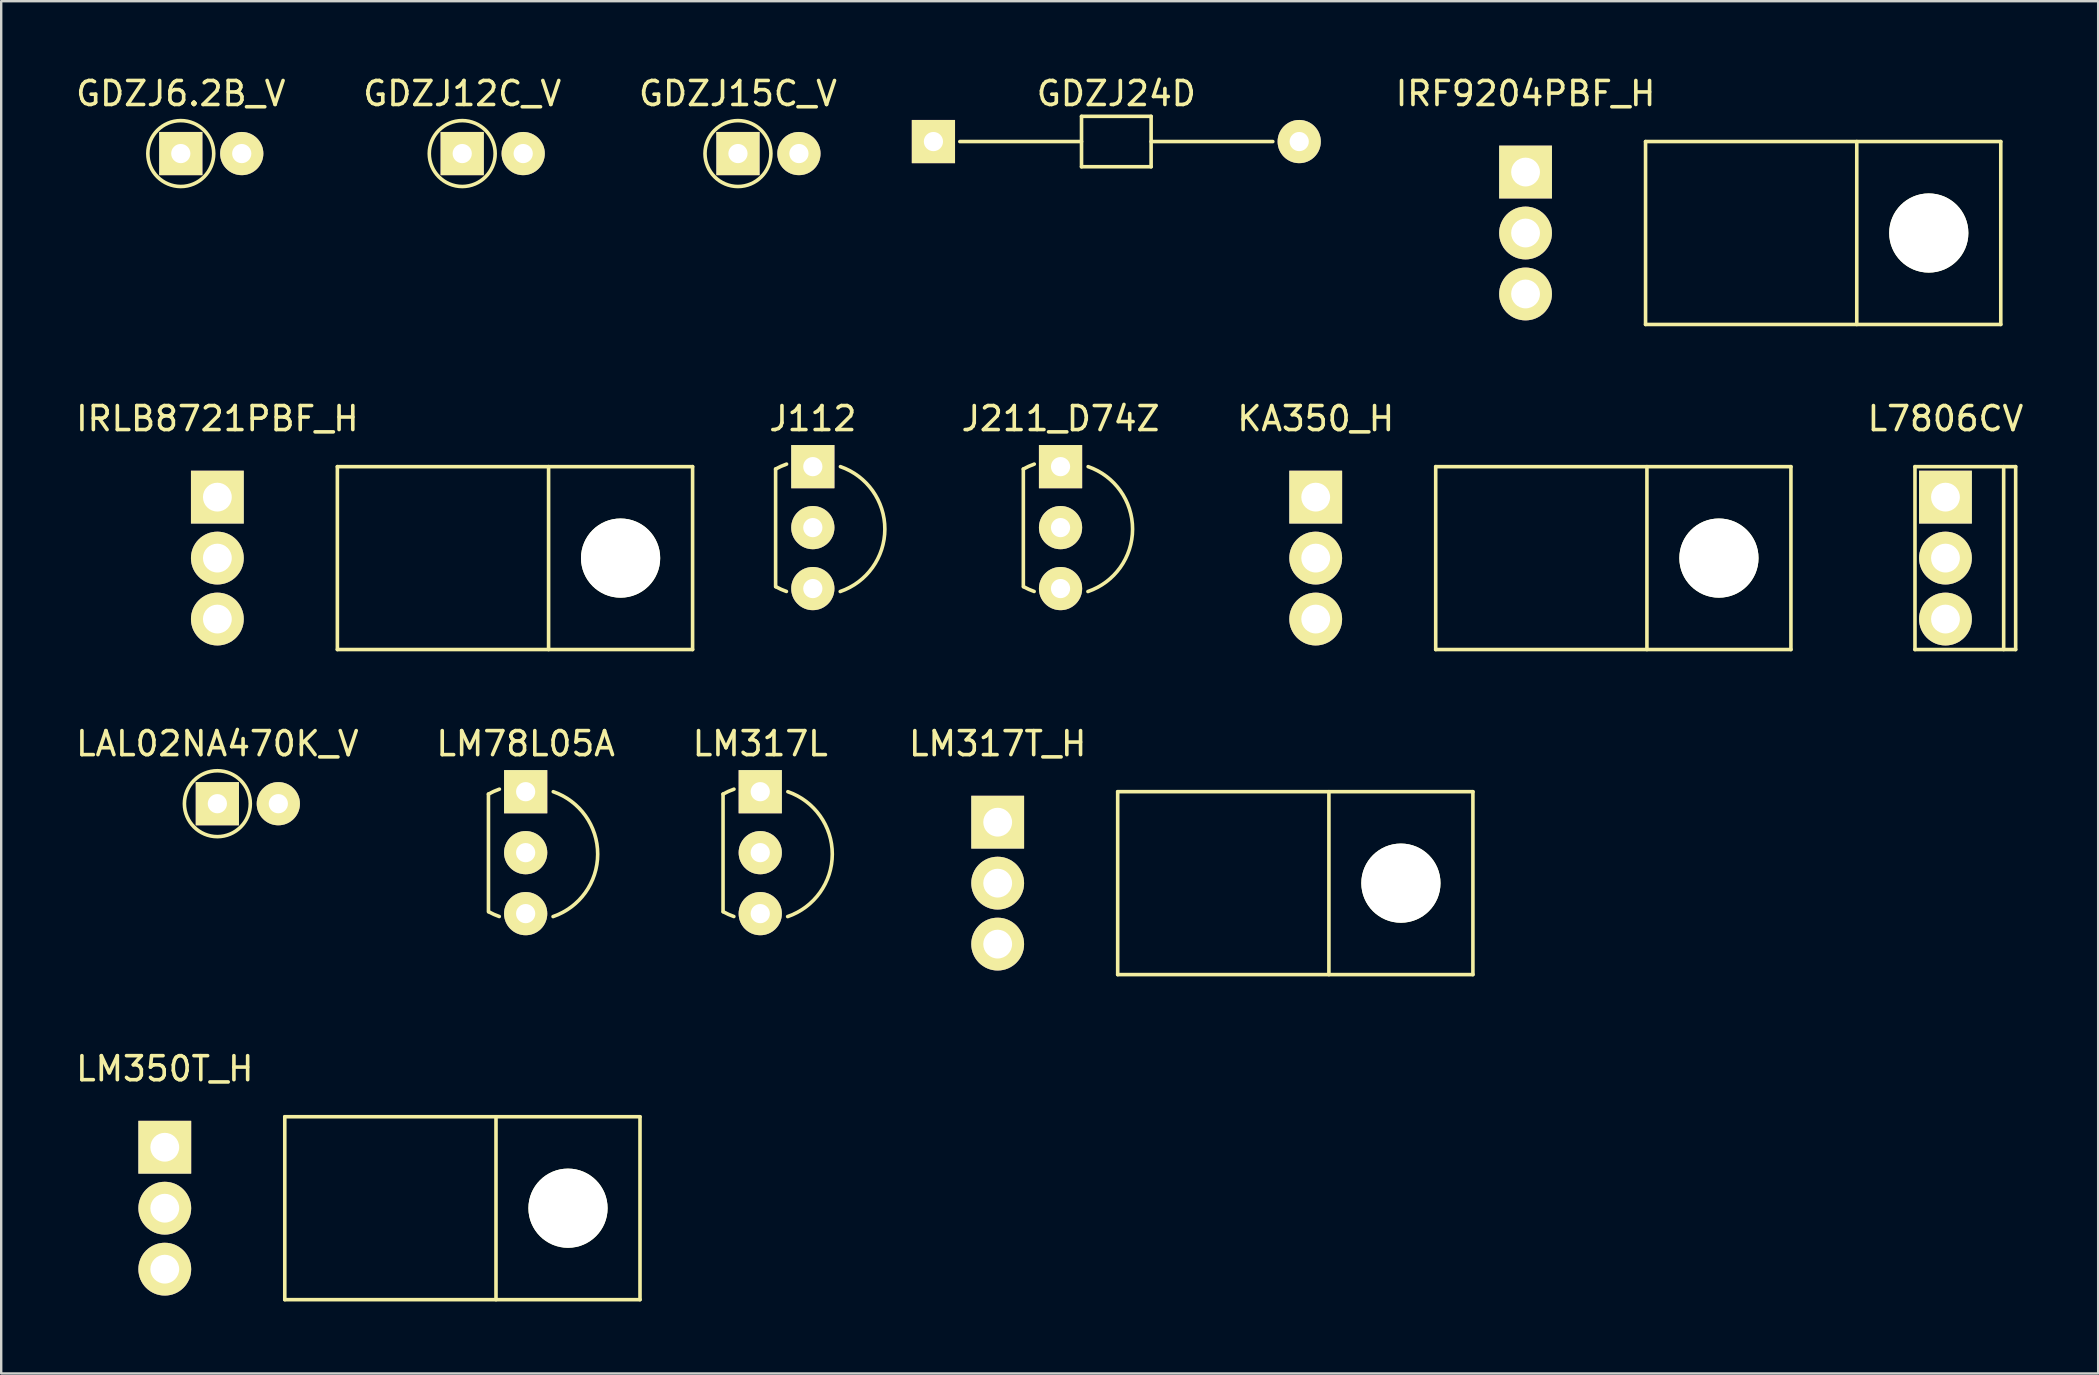
<source format=kicad_pcb>
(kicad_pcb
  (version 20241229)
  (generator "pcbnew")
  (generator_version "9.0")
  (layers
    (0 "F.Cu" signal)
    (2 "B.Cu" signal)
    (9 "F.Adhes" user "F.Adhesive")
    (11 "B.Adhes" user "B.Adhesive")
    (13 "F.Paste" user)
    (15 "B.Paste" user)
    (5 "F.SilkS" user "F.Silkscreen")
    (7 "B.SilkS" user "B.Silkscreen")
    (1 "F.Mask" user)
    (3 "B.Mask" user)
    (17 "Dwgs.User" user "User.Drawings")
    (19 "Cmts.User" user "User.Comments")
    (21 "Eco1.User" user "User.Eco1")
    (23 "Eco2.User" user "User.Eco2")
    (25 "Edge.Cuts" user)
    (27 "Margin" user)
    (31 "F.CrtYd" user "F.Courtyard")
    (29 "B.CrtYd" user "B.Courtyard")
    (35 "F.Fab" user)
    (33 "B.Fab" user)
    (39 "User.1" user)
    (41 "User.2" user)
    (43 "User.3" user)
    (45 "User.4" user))
  (footprint "GDZJ15C_V"
    (layer "F.Cu")
    (at 27.696 3.348)
    (property "Reference" "GDZJ15C_V" (at 0 -2.5 0) (layer "F.SilkS") (effects (font (size 1 1) (thickness 0.15))))
    (attr through_hole)
    (fp_circle (center 0 0) (end 0 -1.373) (stroke (width 0.15) (type solid)) (fill no) (layer "F.SilkS"))
    (pad "1" thru_hole rect (at 0 0) (size 1.8 1.8) (drill 0.8) (layers "*.Cu" "*.Mask" "F.SilkS"))
    (pad "2" thru_hole circle (at 2.54 0) (size 1.8 1.8) (drill 0.8) (layers "*.Cu" "*.Mask" "F.SilkS")))
  (footprint "GDZJ12C_V"
    (layer "F.Cu")
    (at 16.208 3.348)
    (property "Reference" "GDZJ12C_V" (at 0 -2.5 0) (layer "F.SilkS") (effects (font (size 1 1) (thickness 0.15))))
    (attr through_hole)
    (fp_circle (center 0 0) (end 0 -1.373) (stroke (width 0.15) (type solid)) (fill no) (layer "F.SilkS"))
    (pad "1" thru_hole rect (at 0 0) (size 1.8 1.8) (drill 0.8) (layers "*.Cu" "*.Mask" "F.SilkS"))
    (pad "2" thru_hole circle (at 2.54 0) (size 1.8 1.8) (drill 0.8) (layers "*.Cu" "*.Mask" "F.SilkS")))
  (footprint "LAL02NA470K_V"
    (layer "F.Cu")
    (at 6.006 30.435)
    (property "Reference" "LAL02NA470K_V" (at 0 -2.5 0) (layer "F.SilkS") (effects (font (size 1 1) (thickness 0.15))))
    (attr through_hole)
    (fp_circle (center 0 0) (end 0 -1.373) (stroke (width 0.15) (type solid)) (fill no) (layer "F.SilkS"))
    (pad "1" thru_hole rect (at 0 0) (size 1.8 1.8) (drill 0.8) (layers "*.Cu" "*.Mask" "F.SilkS"))
    (pad "2" thru_hole circle (at 2.54 0) (size 1.8 1.8) (drill 0.8) (layers "*.Cu" "*.Mask" "F.SilkS")))
  (footprint "J112"
    (layer "F.Cu")
    (at 30.815 16.392)
    (property "Reference" "J112" (at 0 -2 0) (layer "F.SilkS") (effects (font (size 1 1) (thickness 0.15))))
    (attr through_hole)
    (fp_line (start -1.55 5) (end -1.55 0.1) (stroke (width 0.15) (type solid)) (layer "F.SilkS"))
    (fp_arc (start -1.55 0.1) (mid -1.326783 -0.012505) (end -1.09461 -0.105127) (stroke (width 0.15) (type solid)) (layer "F.SilkS"))
    (fp_arc (start -1.1 5.2) (mid -1.32318 5.111666) (end -1.537812 5.004217) (stroke (width 0.15) (type solid)) (layer "F.SilkS"))
    (fp_arc (start 1.15 0) (mid 3.00136 2.60449) (end 1.14151 5.202923) (stroke (width 0.15) (type solid)) (layer "F.SilkS"))
    (pad "1" thru_hole rect (at 0 0) (size 1.8 1.8) (drill 0.8) (layers "*.Cu" "*.Mask" "F.SilkS"))
    (pad "2" thru_hole circle (at 0 2.54) (size 1.8 1.8) (drill 0.8) (layers "*.Cu" "*.Mask" "F.SilkS"))
    (pad "3" thru_hole circle (at 0 5.08) (size 1.8 1.8) (drill 0.8) (layers "*.Cu" "*.Mask" "F.SilkS")))
  (footprint "IRLB8721PBF_H"
    (layer "F.Cu")
    (at 6.006 17.662)
    (property "Reference" "IRLB8721PBF_H" (at 0 -3.27 0) (layer "F.SilkS") (effects (font (size 1 1) (thickness 0.15))))
    (attr through_hole)
    (fp_line (start 5 -1.27) (end 5 6.35) (stroke (width 0.15) (type solid)) (layer "F.SilkS"))
    (fp_line (start 5 -1.27) (end 19.8 -1.27) (stroke (width 0.15) (type solid)) (layer "F.SilkS"))
    (fp_line (start 5 6.35) (end 19.8 6.35) (stroke (width 0.15) (type solid)) (layer "F.SilkS"))
    (fp_line (start 13.8 -1.27) (end 13.8 6.35) (stroke (width 0.15) (type solid)) (layer "F.SilkS"))
    (fp_line (start 19.8 -1.27) (end 19.8 6.35) (stroke (width 0.15) (type solid)) (layer "F.SilkS"))
    (pad "" np_thru_hole circle (at 16.8 2.54) (size 3.3 3.3) (drill 3.3) (layers "*.Cu" "*.Mask" "F.SilkS"))
    (pad "1" thru_hole rect (at 0 0) (size 2.2 2.2) (drill 1.2) (layers "*.Cu" "*.Mask" "F.SilkS"))
    (pad "2" thru_hole circle (at 0 2.54) (size 2.2 2.2) (drill 1.2) (layers "*.Cu" "*.Mask" "F.SilkS"))
    (pad "3" thru_hole circle (at 0 5.08) (size 2.2 2.2) (drill 1.2) (layers "*.Cu" "*.Mask" "F.SilkS")))
  (footprint "LM317T_H"
    (layer "F.Cu")
    (at 38.517 31.205)
    (property "Reference" "LM317T_H" (at 0 -3.27 0) (layer "F.SilkS") (effects (font (size 1 1) (thickness 0.15))))
    (attr through_hole)
    (fp_line (start 5 -1.27) (end 5 6.35) (stroke (width 0.15) (type solid)) (layer "F.SilkS"))
    (fp_line (start 5 -1.27) (end 19.8 -1.27) (stroke (width 0.15) (type solid)) (layer "F.SilkS"))
    (fp_line (start 5 6.35) (end 19.8 6.35) (stroke (width 0.15) (type solid)) (layer "F.SilkS"))
    (fp_line (start 13.8 -1.27) (end 13.8 6.35) (stroke (width 0.15) (type solid)) (layer "F.SilkS"))
    (fp_line (start 19.8 -1.27) (end 19.8 6.35) (stroke (width 0.15) (type solid)) (layer "F.SilkS"))
    (pad "" np_thru_hole circle (at 16.8 2.54) (size 3.3 3.3) (drill 3.3) (layers "*.Cu" "*.Mask" "F.SilkS"))
    (pad "1" thru_hole rect (at 0 0) (size 2.2 2.2) (drill 1.2) (layers "*.Cu" "*.Mask" "F.SilkS"))
    (pad "2" thru_hole circle (at 0 2.54) (size 2.2 2.2) (drill 1.2) (layers "*.Cu" "*.Mask" "F.SilkS"))
    (pad "3" thru_hole circle (at 0 5.08) (size 2.2 2.2) (drill 1.2) (layers "*.Cu" "*.Mask" "F.SilkS")))
  (footprint "GDZJ6.2B_V"
    (layer "F.Cu")
    (at 4.482 3.348)
    (property "Reference" "GDZJ6.2B_V" (at 0 -2.5 0) (layer "F.SilkS") (effects (font (size 1 1) (thickness 0.15))))
    (attr through_hole)
    (fp_circle (center 0 0) (end 0 -1.373) (stroke (width 0.15) (type solid)) (fill no) (layer "F.SilkS"))
    (pad "1" thru_hole rect (at 0 0) (size 1.8 1.8) (drill 0.8) (layers "*.Cu" "*.Mask" "F.SilkS"))
    (pad "2" thru_hole circle (at 2.54 0) (size 1.8 1.8) (drill 0.8) (layers "*.Cu" "*.Mask" "F.SilkS")))
  (footprint "IRF9204PBF_H"
    (layer "F.Cu")
    (at 60.51 4.118)
    (property "Reference" "IRF9204PBF_H" (at 0 -3.27 0) (layer "F.SilkS") (effects (font (size 1 1) (thickness 0.15))))
    (attr through_hole)
    (fp_line (start 5 -1.27) (end 5 6.35) (stroke (width 0.15) (type solid)) (layer "F.SilkS"))
    (fp_line (start 5 -1.27) (end 19.8 -1.27) (stroke (width 0.15) (type solid)) (layer "F.SilkS"))
    (fp_line (start 5 6.35) (end 19.8 6.35) (stroke (width 0.15) (type solid)) (layer "F.SilkS"))
    (fp_line (start 13.8 -1.27) (end 13.8 6.35) (stroke (width 0.15) (type solid)) (layer "F.SilkS"))
    (fp_line (start 19.8 -1.27) (end 19.8 6.35) (stroke (width 0.15) (type solid)) (layer "F.SilkS"))
    (pad "" np_thru_hole circle (at 16.8 2.54) (size 3.3 3.3) (drill 3.3) (layers "*.Cu" "*.Mask" "F.SilkS"))
    (pad "1" thru_hole rect (at 0 0) (size 2.2 2.2) (drill 1.2) (layers "*.Cu" "*.Mask" "F.SilkS"))
    (pad "2" thru_hole circle (at 0 2.54) (size 2.2 2.2) (drill 1.2) (layers "*.Cu" "*.Mask" "F.SilkS"))
    (pad "3" thru_hole circle (at 0 5.08) (size 2.2 2.2) (drill 1.2) (layers "*.Cu" "*.Mask" "F.SilkS")))
  (footprint "J211_D74Z"
    (layer "F.Cu")
    (at 41.136 16.392)
    (property "Reference" "J211_D74Z" (at 0 -2 0) (layer "F.SilkS") (effects (font (size 1 1) (thickness 0.15))))
    (attr through_hole)
    (fp_line (start -1.55 5) (end -1.55 0.1) (stroke (width 0.15) (type solid)) (layer "F.SilkS"))
    (fp_arc (start -1.55 0.1) (mid -1.326783 -0.012505) (end -1.09461 -0.105127) (stroke (width 0.15) (type solid)) (layer "F.SilkS"))
    (fp_arc (start -1.1 5.2) (mid -1.32318 5.111666) (end -1.537812 5.004217) (stroke (width 0.15) (type solid)) (layer "F.SilkS"))
    (fp_arc (start 1.15 0) (mid 3.00136 2.60449) (end 1.14151 5.202923) (stroke (width 0.15) (type solid)) (layer "F.SilkS"))
    (pad "1" thru_hole rect (at 0 0) (size 1.8 1.8) (drill 0.8) (layers "*.Cu" "*.Mask" "F.SilkS"))
    (pad "2" thru_hole circle (at 0 2.54) (size 1.8 1.8) (drill 0.8) (layers "*.Cu" "*.Mask" "F.SilkS"))
    (pad "3" thru_hole circle (at 0 5.08) (size 1.8 1.8) (drill 0.8) (layers "*.Cu" "*.Mask" "F.SilkS")))
  (footprint "GDZJ24D"
    (layer "F.Cu")
    (at 35.84 2.848)
    (property "Reference" "GDZJ24D" (at 7.62 -2 0) (layer "F.SilkS") (effects (font (size 1 1) (thickness 0.15))))
    (attr through_hole)
    (fp_line (start 1.1 0) (end 6.17 0) (stroke (width 0.15) (type solid)) (layer "F.SilkS"))
    (fp_line (start 6.17 -1.05) (end 6.17 1.05) (stroke (width 0.15) (type solid)) (layer "F.SilkS"))
    (fp_line (start 6.17 -1.05) (end 9.07 -1.05) (stroke (width 0.15) (type solid)) (layer "F.SilkS"))
    (fp_line (start 6.17 1.05) (end 9.07 1.05) (stroke (width 0.15) (type solid)) (layer "F.SilkS"))
    (fp_line (start 9.07 0) (end 14.14 0) (stroke (width 0.15) (type solid)) (layer "F.SilkS"))
    (fp_line (start 9.07 1.05) (end 9.07 -1.05) (stroke (width 0.15) (type solid)) (layer "F.SilkS"))
    (pad "1" thru_hole rect (at 0 0) (size 1.8 1.8) (drill 0.8) (layers "*.Cu" "*.Mask" "F.SilkS"))
    (pad "2" thru_hole circle (at 15.24 0) (size 1.8 1.8) (drill 0.8) (layers "*.Cu" "*.Mask" "F.SilkS")))
  (footprint "L7806CV"
    (layer "F.Cu")
    (at 78.005 17.662)
    (property "Reference" "L7806CV" (at 0 -3.27 0) (layer "F.SilkS") (effects (font (size 1 1) (thickness 0.15))))
    (attr through_hole)
    (fp_line (start -1.27 -1.27) (end -1.27 6.35) (stroke (width 0.15) (type solid)) (layer "F.SilkS"))
    (fp_line (start -1.27 -1.27) (end 2.925 -1.27) (stroke (width 0.15) (type solid)) (layer "F.SilkS"))
    (fp_line (start -1.27 6.35) (end 2.925 6.35) (stroke (width 0.15) (type solid)) (layer "F.SilkS"))
    (fp_line (start 2.425 -1.27) (end 2.425 6.35) (stroke (width 0.15) (type solid)) (layer "F.SilkS"))
    (fp_line (start 2.925 -1.27) (end 2.925 6.35) (stroke (width 0.15) (type solid)) (layer "F.SilkS"))
    (pad "1" thru_hole rect (at 0 0) (size 2.2 2.2) (drill 1.2) (layers "*.Cu" "*.Mask" "F.SilkS"))
    (pad "2" thru_hole circle (at 0 2.54) (size 2.2 2.2) (drill 1.2) (layers "*.Cu" "*.Mask" "F.SilkS"))
    (pad "3" thru_hole circle (at 0 5.08) (size 2.2 2.2) (drill 1.2) (layers "*.Cu" "*.Mask" "F.SilkS")))
  (footprint "KA350_H"
    (layer "F.Cu")
    (at 51.767 17.662)
    (property "Reference" "KA350_H" (at 0 -3.27 0) (layer "F.SilkS") (effects (font (size 1 1) (thickness 0.15))))
    (attr through_hole)
    (fp_line (start 5 -1.27) (end 5 6.35) (stroke (width 0.15) (type solid)) (layer "F.SilkS"))
    (fp_line (start 5 -1.27) (end 19.8 -1.27) (stroke (width 0.15) (type solid)) (layer "F.SilkS"))
    (fp_line (start 5 6.35) (end 19.8 6.35) (stroke (width 0.15) (type solid)) (layer "F.SilkS"))
    (fp_line (start 13.8 -1.27) (end 13.8 6.35) (stroke (width 0.15) (type solid)) (layer "F.SilkS"))
    (fp_line (start 19.8 -1.27) (end 19.8 6.35) (stroke (width 0.15) (type solid)) (layer "F.SilkS"))
    (pad "" np_thru_hole circle (at 16.8 2.54) (size 3.3 3.3) (drill 3.3) (layers "*.Cu" "*.Mask" "F.SilkS"))
    (pad "1" thru_hole rect (at 0 0) (size 2.2 2.2) (drill 1.2) (layers "*.Cu" "*.Mask" "F.SilkS"))
    (pad "2" thru_hole circle (at 0 2.54) (size 2.2 2.2) (drill 1.2) (layers "*.Cu" "*.Mask" "F.SilkS"))
    (pad "3" thru_hole circle (at 0 5.08) (size 2.2 2.2) (drill 1.2) (layers "*.Cu" "*.Mask" "F.SilkS")))
  (footprint "LM78L05A"
    (layer "F.Cu")
    (at 18.851 29.935)
    (property "Reference" "LM78L05A" (at 0 -2 0) (layer "F.SilkS") (effects (font (size 1 1) (thickness 0.15))))
    (attr through_hole)
    (fp_line (start -1.55 5) (end -1.55 0.1) (stroke (width 0.15) (type solid)) (layer "F.SilkS"))
    (fp_arc (start -1.55 0.1) (mid -1.326783 -0.012505) (end -1.09461 -0.105127) (stroke (width 0.15) (type solid)) (layer "F.SilkS"))
    (fp_arc (start -1.1 5.2) (mid -1.32318 5.111666) (end -1.537812 5.004217) (stroke (width 0.15) (type solid)) (layer "F.SilkS"))
    (fp_arc (start 1.15 0) (mid 3.00136 2.60449) (end 1.14151 5.202923) (stroke (width 0.15) (type solid)) (layer "F.SilkS"))
    (pad "1" thru_hole rect (at 0 0) (size 1.8 1.8) (drill 0.8) (layers "*.Cu" "*.Mask" "F.SilkS"))
    (pad "2" thru_hole circle (at 0 2.54) (size 1.8 1.8) (drill 0.8) (layers "*.Cu" "*.Mask" "F.SilkS"))
    (pad "3" thru_hole circle (at 0 5.08) (size 1.8 1.8) (drill 0.8) (layers "*.Cu" "*.Mask" "F.SilkS")))
  (footprint "LM350T_H"
    (layer "F.Cu")
    (at 3.815 44.748)
    (property "Reference" "LM350T_H" (at 0 -3.27 0) (layer "F.SilkS") (effects (font (size 1 1) (thickness 0.15))))
    (attr through_hole)
    (fp_line (start 5 -1.27) (end 5 6.35) (stroke (width 0.15) (type solid)) (layer "F.SilkS"))
    (fp_line (start 5 -1.27) (end 19.8 -1.27) (stroke (width 0.15) (type solid)) (layer "F.SilkS"))
    (fp_line (start 5 6.35) (end 19.8 6.35) (stroke (width 0.15) (type solid)) (layer "F.SilkS"))
    (fp_line (start 13.8 -1.27) (end 13.8 6.35) (stroke (width 0.15) (type solid)) (layer "F.SilkS"))
    (fp_line (start 19.8 -1.27) (end 19.8 6.35) (stroke (width 0.15) (type solid)) (layer "F.SilkS"))
    (pad "" np_thru_hole circle (at 16.8 2.54) (size 3.3 3.3) (drill 3.3) (layers "*.Cu" "*.Mask" "F.SilkS"))
    (pad "1" thru_hole rect (at 0 0) (size 2.2 2.2) (drill 1.2) (layers "*.Cu" "*.Mask" "F.SilkS"))
    (pad "2" thru_hole circle (at 0 2.54) (size 2.2 2.2) (drill 1.2) (layers "*.Cu" "*.Mask" "F.SilkS"))
    (pad "3" thru_hole circle (at 0 5.08) (size 2.2 2.2) (drill 1.2) (layers "*.Cu" "*.Mask" "F.SilkS")))
  (footprint "LM317L"
    (layer "F.Cu")
    (at 28.625 29.935)
    (property "Reference" "LM317L" (at 0 -2 0) (layer "F.SilkS") (effects (font (size 1 1) (thickness 0.15))))
    (attr through_hole)
    (fp_line (start -1.55 5) (end -1.55 0.1) (stroke (width 0.15) (type solid)) (layer "F.SilkS"))
    (fp_arc (start -1.55 0.1) (mid -1.326783 -0.012505) (end -1.09461 -0.105127) (stroke (width 0.15) (type solid)) (layer "F.SilkS"))
    (fp_arc (start -1.1 5.2) (mid -1.32318 5.111666) (end -1.537812 5.004217) (stroke (width 0.15) (type solid)) (layer "F.SilkS"))
    (fp_arc (start 1.15 0) (mid 3.00136 2.60449) (end 1.14151 5.202923) (stroke (width 0.15) (type solid)) (layer "F.SilkS"))
    (pad "1" thru_hole rect (at 0 0) (size 1.8 1.8) (drill 0.8) (layers "*.Cu" "*.Mask" "F.SilkS"))
    (pad "2" thru_hole circle (at 0 2.54) (size 1.8 1.8) (drill 0.8) (layers "*.Cu" "*.Mask" "F.SilkS"))
    (pad "3" thru_hole circle (at 0 5.08) (size 1.8 1.8) (drill 0.8) (layers "*.Cu" "*.Mask" "F.SilkS")))
  (gr_rect
    (start -3 -3)
    (end 84.368 54.173)
    (stroke (width 0.1) (type default))
    (fill no)
    (layer "Edge.Cuts")))
</source>
